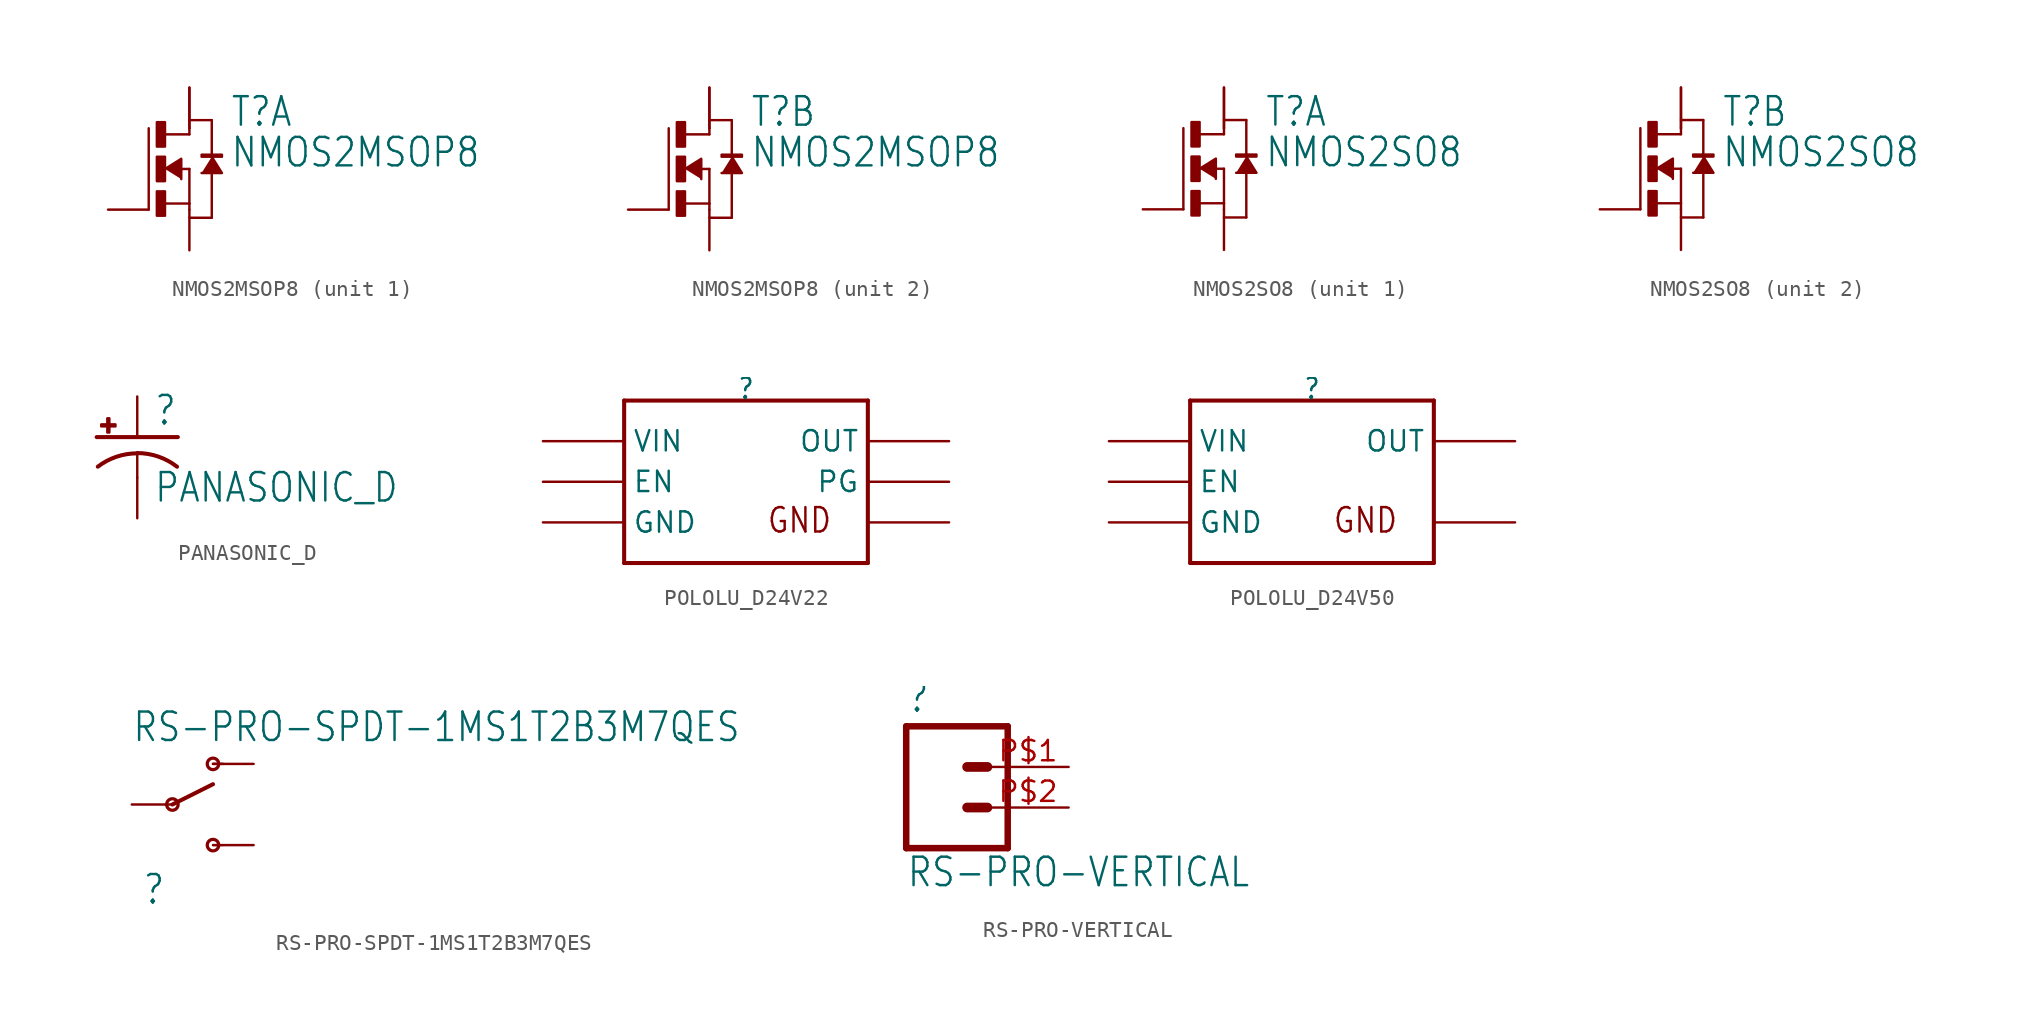
<source format=kicad_sym>
(kicad_symbol_lib
  (version 20220914)
  (generator kicad_symbol_editor)
  (symbol "NMOS2MSOP8"
    (property "Reference" "T"
      (at 2.54 2.54 0)
      (effects (font (size 1.778 1.511)) (justify left bottom)))
    (property "Value" "NMOS2MSOP8"
      (at 2.54 0 0)
      (effects (font (size 1.778 1.511)) (justify left bottom)))
    (property "ki_locked" ""
      (at 0 0 0)
      (effects (font (size 1.27 1.27))))
    (symbol "NMOS2MSOP8_1_0"
      (rectangle (start -2.032 -2.921) (end -1.524 -1.397) (stroke (width 0) (type default)) (fill (type outline)))
      (rectangle (start -2.032 -0.762) (end -1.524 0.762) (stroke (width 0) (type default)) (fill (type outline)))
      (rectangle (start -2.032 1.397) (end -1.524 2.921) (stroke (width 0) (type default)) (fill (type outline)))
      (polyline (pts (xy -2.54 -2.54) (xy -2.54 2.54)) (stroke (width 0.152) (type default)) (fill (type none)))
      (polyline (pts (xy -1.524 -2.159) (xy 0 -2.159)) (stroke (width 0.152) (type default)) (fill (type none)))
      (polyline (pts (xy -1.524 2.159) (xy 0 2.159)) (stroke (width 0.152) (type default)) (fill (type none)))
      (polyline (pts (xy -0.508 0) (xy 0 0)) (stroke (width 0.152) (type default)) (fill (type none)))
      (polyline (pts (xy 0 -2.159) (xy 0 -2.54)) (stroke (width 0.152) (type default)) (fill (type none)))
      (polyline (pts (xy 0 0) (xy 0 -2.159)) (stroke (width 0.152) (type default)) (fill (type none)))
      (polyline (pts (xy 0 2.159) (xy 0 2.54)) (stroke (width 0.152) (type default)) (fill (type none)))
      (polyline (pts (xy 0 3.048) (xy 1.397 3.048)) (stroke (width 0.152) (type default)) (fill (type none)))
      (polyline (pts (xy 1.397 -3.048) (xy 0 -3.048)) (stroke (width 0.152) (type default)) (fill (type none)))
      (polyline (pts (xy 1.397 -0.254) (xy 1.397 -3.048)) (stroke (width 0.152) (type default)) (fill (type none)))
      (polyline (pts (xy 1.397 3.048) (xy 1.397 0.762)) (stroke (width 0.152) (type default)) (fill (type none)))
      (polyline (pts (xy -1.524 0) (xy -0.508 0.635) (xy -0.508 -0.635)) (stroke (width 0) (type default)) (fill (type outline)))
      (polyline (pts (xy 1.397 0.762) (xy 2.032 -0.254) (xy 0.762 -0.254)) (stroke (width 0) (type default)) (fill (type outline)))
      (rectangle (start 0.762 0.762) (end 2.032 0.889) (stroke (width 0) (type default)) (fill (type outline)))
      (pin passive line (at 0 -5.08 90) (length 2.54) (name "S" (effects (font (size 0 0)))) (number "1" (effects (font (size 0 0)))))
      (pin passive line (at -5.08 -2.54 0) (length 2.54) (name "G" (effects (font (size 0 0)))) (number "2" (effects (font (size 0 0)))))
      (pin passive line (at 0 5.08 270) (length 2.54) (name "D" (effects (font (size 0 0)))) (number "7" (effects (font (size 0 0)))))
      (pin passive line (at 0 5.08 270) (length 2.54) (name "D" (effects (font (size 0 0)))) (number "8" (effects (font (size 0 0))))))
    (symbol "NMOS2MSOP8_2_0"
      (rectangle (start -2.032 -2.921) (end -1.524 -1.397) (stroke (width 0) (type default)) (fill (type outline)))
      (rectangle (start -2.032 -0.762) (end -1.524 0.762) (stroke (width 0) (type default)) (fill (type outline)))
      (rectangle (start -2.032 1.397) (end -1.524 2.921) (stroke (width 0) (type default)) (fill (type outline)))
      (polyline (pts (xy -2.54 -2.54) (xy -2.54 2.54)) (stroke (width 0.152) (type default)) (fill (type none)))
      (polyline (pts (xy -1.524 -2.159) (xy 0 -2.159)) (stroke (width 0.152) (type default)) (fill (type none)))
      (polyline (pts (xy -1.524 2.159) (xy 0 2.159)) (stroke (width 0.152) (type default)) (fill (type none)))
      (polyline (pts (xy -0.508 0) (xy 0 0)) (stroke (width 0.152) (type default)) (fill (type none)))
      (polyline (pts (xy 0 -2.159) (xy 0 -2.54)) (stroke (width 0.152) (type default)) (fill (type none)))
      (polyline (pts (xy 0 0) (xy 0 -2.159)) (stroke (width 0.152) (type default)) (fill (type none)))
      (polyline (pts (xy 0 2.159) (xy 0 2.54)) (stroke (width 0.152) (type default)) (fill (type none)))
      (polyline (pts (xy 0 3.048) (xy 1.397 3.048)) (stroke (width 0.152) (type default)) (fill (type none)))
      (polyline (pts (xy 1.397 -3.048) (xy 0 -3.048)) (stroke (width 0.152) (type default)) (fill (type none)))
      (polyline (pts (xy 1.397 -0.254) (xy 1.397 -3.048)) (stroke (width 0.152) (type default)) (fill (type none)))
      (polyline (pts (xy 1.397 3.048) (xy 1.397 0.762)) (stroke (width 0.152) (type default)) (fill (type none)))
      (polyline (pts (xy -1.524 0) (xy -0.508 0.635) (xy -0.508 -0.635)) (stroke (width 0) (type default)) (fill (type outline)))
      (polyline (pts (xy 1.397 0.762) (xy 2.032 -0.254) (xy 0.762 -0.254)) (stroke (width 0) (type default)) (fill (type outline)))
      (rectangle (start 0.762 0.762) (end 2.032 0.889) (stroke (width 0) (type default)) (fill (type outline)))
      (pin passive line (at 0 -5.08 90) (length 2.54) (name "S" (effects (font (size 0 0)))) (number "3" (effects (font (size 0 0)))))
      (pin passive line (at -5.08 -2.54 0) (length 2.54) (name "G" (effects (font (size 0 0)))) (number "4" (effects (font (size 0 0)))))
      (pin passive line (at 0 5.08 270) (length 2.54) (name "D" (effects (font (size 0 0)))) (number "5" (effects (font (size 0 0)))))
      (pin passive line (at 0 5.08 270) (length 2.54) (name "D" (effects (font (size 0 0)))) (number "6" (effects (font (size 0 0)))))))
  (symbol "NMOS2SO8"
    (property "Reference" "T"
      (at 2.54 2.54 0)
      (effects (font (size 1.778 1.511)) (justify left bottom)))
    (property "Value" "NMOS2SO8"
      (at 2.54 0 0)
      (effects (font (size 1.778 1.511)) (justify left bottom)))
    (property "ki_locked" ""
      (at 0 0 0)
      (effects (font (size 1.27 1.27))))
    (symbol "NMOS2SO8_1_0"
      (rectangle (start -2.032 -2.921) (end -1.524 -1.397) (stroke (width 0) (type default)) (fill (type outline)))
      (rectangle (start -2.032 -0.762) (end -1.524 0.762) (stroke (width 0) (type default)) (fill (type outline)))
      (rectangle (start -2.032 1.397) (end -1.524 2.921) (stroke (width 0) (type default)) (fill (type outline)))
      (polyline (pts (xy -2.54 -2.54) (xy -2.54 2.54)) (stroke (width 0.152) (type default)) (fill (type none)))
      (polyline (pts (xy -1.524 -2.159) (xy 0 -2.159)) (stroke (width 0.152) (type default)) (fill (type none)))
      (polyline (pts (xy -1.524 2.159) (xy 0 2.159)) (stroke (width 0.152) (type default)) (fill (type none)))
      (polyline (pts (xy -0.508 0) (xy 0 0)) (stroke (width 0.152) (type default)) (fill (type none)))
      (polyline (pts (xy 0 -2.159) (xy 0 -2.54)) (stroke (width 0.152) (type default)) (fill (type none)))
      (polyline (pts (xy 0 0) (xy 0 -2.159)) (stroke (width 0.152) (type default)) (fill (type none)))
      (polyline (pts (xy 0 2.159) (xy 0 2.54)) (stroke (width 0.152) (type default)) (fill (type none)))
      (polyline (pts (xy 0 3.048) (xy 1.397 3.048)) (stroke (width 0.152) (type default)) (fill (type none)))
      (polyline (pts (xy 1.397 -3.048) (xy 0 -3.048)) (stroke (width 0.152) (type default)) (fill (type none)))
      (polyline (pts (xy 1.397 -0.254) (xy 1.397 -3.048)) (stroke (width 0.152) (type default)) (fill (type none)))
      (polyline (pts (xy 1.397 3.048) (xy 1.397 0.762)) (stroke (width 0.152) (type default)) (fill (type none)))
      (polyline (pts (xy -1.524 0) (xy -0.508 0.635) (xy -0.508 -0.635)) (stroke (width 0) (type default)) (fill (type outline)))
      (polyline (pts (xy 1.397 0.762) (xy 2.032 -0.254) (xy 0.762 -0.254)) (stroke (width 0) (type default)) (fill (type outline)))
      (rectangle (start 0.762 0.762) (end 2.032 0.889) (stroke (width 0) (type default)) (fill (type outline)))
      (pin passive line (at 0 -5.08 90) (length 2.54) (name "S" (effects (font (size 0 0)))) (number "1" (effects (font (size 0 0)))))
      (pin passive line (at -5.08 -2.54 0) (length 2.54) (name "G" (effects (font (size 0 0)))) (number "2" (effects (font (size 0 0)))))
      (pin passive line (at 0 5.08 270) (length 2.54) (name "D" (effects (font (size 0 0)))) (number "7" (effects (font (size 0 0)))))
      (pin passive line (at 0 5.08 270) (length 2.54) (name "D" (effects (font (size 0 0)))) (number "8" (effects (font (size 0 0))))))
    (symbol "NMOS2SO8_2_0"
      (rectangle (start -2.032 -2.921) (end -1.524 -1.397) (stroke (width 0) (type default)) (fill (type outline)))
      (rectangle (start -2.032 -0.762) (end -1.524 0.762) (stroke (width 0) (type default)) (fill (type outline)))
      (rectangle (start -2.032 1.397) (end -1.524 2.921) (stroke (width 0) (type default)) (fill (type outline)))
      (polyline (pts (xy -2.54 -2.54) (xy -2.54 2.54)) (stroke (width 0.152) (type default)) (fill (type none)))
      (polyline (pts (xy -1.524 -2.159) (xy 0 -2.159)) (stroke (width 0.152) (type default)) (fill (type none)))
      (polyline (pts (xy -1.524 2.159) (xy 0 2.159)) (stroke (width 0.152) (type default)) (fill (type none)))
      (polyline (pts (xy -0.508 0) (xy 0 0)) (stroke (width 0.152) (type default)) (fill (type none)))
      (polyline (pts (xy 0 -2.159) (xy 0 -2.54)) (stroke (width 0.152) (type default)) (fill (type none)))
      (polyline (pts (xy 0 0) (xy 0 -2.159)) (stroke (width 0.152) (type default)) (fill (type none)))
      (polyline (pts (xy 0 2.159) (xy 0 2.54)) (stroke (width 0.152) (type default)) (fill (type none)))
      (polyline (pts (xy 0 3.048) (xy 1.397 3.048)) (stroke (width 0.152) (type default)) (fill (type none)))
      (polyline (pts (xy 1.397 -3.048) (xy 0 -3.048)) (stroke (width 0.152) (type default)) (fill (type none)))
      (polyline (pts (xy 1.397 -0.254) (xy 1.397 -3.048)) (stroke (width 0.152) (type default)) (fill (type none)))
      (polyline (pts (xy 1.397 3.048) (xy 1.397 0.762)) (stroke (width 0.152) (type default)) (fill (type none)))
      (polyline (pts (xy -1.524 0) (xy -0.508 0.635) (xy -0.508 -0.635)) (stroke (width 0) (type default)) (fill (type outline)))
      (polyline (pts (xy 1.397 0.762) (xy 2.032 -0.254) (xy 0.762 -0.254)) (stroke (width 0) (type default)) (fill (type outline)))
      (rectangle (start 0.762 0.762) (end 2.032 0.889) (stroke (width 0) (type default)) (fill (type outline)))
      (pin passive line (at 0 -5.08 90) (length 2.54) (name "S" (effects (font (size 0 0)))) (number "3" (effects (font (size 0 0)))))
      (pin passive line (at -5.08 -2.54 0) (length 2.54) (name "G" (effects (font (size 0 0)))) (number "4" (effects (font (size 0 0)))))
      (pin passive line (at 0 5.08 270) (length 2.54) (name "D" (effects (font (size 0 0)))) (number "5" (effects (font (size 0 0)))))
      (pin passive line (at 0 5.08 270) (length 2.54) (name "D" (effects (font (size 0 0)))) (number "6" (effects (font (size 0 0)))))))
  (symbol "PANASONIC_D"
    (property "Reference" ""
      (at 1.016 0.635 0)
      (effects (font (size 1.778 1.511)) (justify left bottom)))
    (property "Value" "PANASONIC_D"
      (at 1.016 -4.191 0)
      (effects (font (size 1.778 1.511)) (justify left bottom)))
    (property "ki_locked" ""
      (at 0 0 0)
      (effects (font (size 1.27 1.27))))
    (symbol "PANASONIC_D_1_0"
      (rectangle (start -2.253 0.668) (end -1.364 0.795) (stroke (width 0) (type default)) (fill (type outline)))
      (rectangle (start -1.872 0.287) (end -1.745 1.176) (stroke (width 0) (type default)) (fill (type outline)))
      (arc (start 0 -1.0161) (mid -1.3021 -1.2302) (end -2.4669 -1.8504) (stroke (width 0.254) (type default)) (fill (type none)))
      (polyline (pts (xy -2.54 0) (xy 2.54 0)) (stroke (width 0.254) (type default)) (fill (type none)))
      (polyline (pts (xy 0 -1.016) (xy 0 -2.54)) (stroke (width 0.152) (type default)) (fill (type none)))
      (arc (start 2.4892 -1.8542) (mid 1.3158 -1.2195) (end 0 -1) (stroke (width 0.254) (type default)) (fill (type none)))
      (pin passive line (at 0 2.54 270) (length 2.54) (name "+" (effects (font (size 0 0)))) (number "+" (effects (font (size 0 0)))))
      (pin passive line (at 0 -5.08 90) (length 2.54) (name "-" (effects (font (size 0 0)))) (number "-" (effects (font (size 0 0)))))))
  (symbol "POLOLU_D24V22"
    (property "Reference" ""
      (at 0 5.08 0)
      (effects (font (size 1.27 1.079)) (justify bottom)))
    (property "ki_locked" ""
      (at 0 0 0)
      (effects (font (size 1.27 1.27))))
    (symbol "POLOLU_D24V22_1_0"
      (polyline (pts (xy -7.62 -5.08) (xy -7.62 5.08)) (stroke (width 0.254) (type default)) (fill (type none)))
      (polyline (pts (xy -7.62 5.08) (xy 7.62 5.08)) (stroke (width 0.254) (type default)) (fill (type none)))
      (polyline (pts (xy 7.62 -5.08) (xy -7.62 -5.08)) (stroke (width 0.254) (type default)) (fill (type none)))
      (polyline (pts (xy 7.62 5.08) (xy 7.62 -5.08)) (stroke (width 0.254) (type default)) (fill (type none)))
      (text "GND" (at 1.27 -3.302 0) (effects (font (size 1.524 1.295)) (justify left bottom)))
      (pin bidirectional line (at -12.7 0 0) (length 5.08) (name "EN" (effects (font (size 1.27 1.27)))) (number "P$EN" (effects (font (size 0 0)))))
      (pin bidirectional line (at -12.7 -2.54 0) (length 5.08) (name "GND" (effects (font (size 1.27 1.27)))) (number "P$GND1" (effects (font (size 0 0)))))
      (pin bidirectional line (at 12.7 -2.54 180) (length 5.08) (name "GND2" (effects (font (size 0 0)))) (number "P$GND2" (effects (font (size 0 0)))))
      (pin bidirectional line (at 12.7 2.54 180) (length 5.08) (name "OUT" (effects (font (size 1.27 1.27)))) (number "P$OUT" (effects (font (size 0 0)))))
      (pin bidirectional line (at 12.7 0 180) (length 5.08) (name "PG" (effects (font (size 1.27 1.27)))) (number "P$PG" (effects (font (size 0 0)))))
      (pin bidirectional line (at -12.7 2.54 0) (length 5.08) (name "VIN" (effects (font (size 1.27 1.27)))) (number "P$VIN" (effects (font (size 0 0)))))))
  (symbol "POLOLU_D24V50"
    (property "Reference" ""
      (at 0 5.08 0)
      (effects (font (size 1.27 1.079)) (justify bottom)))
    (property "ki_locked" ""
      (at 0 0 0)
      (effects (font (size 1.27 1.27))))
    (symbol "POLOLU_D24V50_1_0"
      (polyline (pts (xy -7.62 -5.08) (xy -7.62 5.08)) (stroke (width 0.254) (type default)) (fill (type none)))
      (polyline (pts (xy -7.62 5.08) (xy 7.62 5.08)) (stroke (width 0.254) (type default)) (fill (type none)))
      (polyline (pts (xy 7.62 -5.08) (xy -7.62 -5.08)) (stroke (width 0.254) (type default)) (fill (type none)))
      (polyline (pts (xy 7.62 5.08) (xy 7.62 -5.08)) (stroke (width 0.254) (type default)) (fill (type none)))
      (text "GND" (at 1.27 -3.302 0) (effects (font (size 1.524 1.295)) (justify left bottom)))
      (pin bidirectional line (at -12.7 0 0) (length 5.08) (name "EN" (effects (font (size 1.27 1.27)))) (number "P$EN" (effects (font (size 0 0)))))
      (pin bidirectional line (at -12.7 -2.54 0) (length 5.08) (name "GND" (effects (font (size 1.27 1.27)))) (number "P$GND" (effects (font (size 0 0)))))
      (pin bidirectional line (at 12.7 -2.54 180) (length 5.08) (name "GND2" (effects (font (size 0 0)))) (number "P$GND2" (effects (font (size 0 0)))))
      (pin bidirectional line (at 12.7 2.54 180) (length 5.08) (name "OUT" (effects (font (size 1.27 1.27)))) (number "P$OUT" (effects (font (size 0 0)))))
      (pin bidirectional line (at -12.7 2.54 0) (length 5.08) (name "VIN" (effects (font (size 1.27 1.27)))) (number "P$VIN" (effects (font (size 0 0)))))))
  (symbol "RS-PRO-SPDT-1MS1T2B3M7QES"
    (property "Reference" ""
      (at -1.905 -6.35 0)
      (effects (font (size 1.778 1.511)) (justify left bottom)))
    (property "Value" "RS-PRO-SPDT-1MS1T2B3M7QES"
      (at -2.54 3.81 0)
      (effects (font (size 1.778 1.511)) (justify left bottom)))
    (property "ki_locked" ""
      (at 0 0 0)
      (effects (font (size 1.27 1.27))))
    (symbol "RS-PRO-SPDT-1MS1T2B3M7QES_1_0"
      (polyline (pts (xy 0 0) (xy 2.54 1.27)) (stroke (width 0.254) (type default)) (fill (type none)))
      (polyline (pts (xy 2.54 -2.54) (xy 3.175 -2.54)) (stroke (width 0.127) (type default)) (fill (type none)))
      (polyline (pts (xy 2.54 2.54) (xy 3.175 2.54)) (stroke (width 0.152) (type default)) (fill (type none)))
      (circle (center 0 0) (radius 0.359) (stroke (width 0.203) (type default)) (fill (type none)))
      (circle (center 2.54 -2.54) (radius 0.359) (stroke (width 0.203) (type default)) (fill (type none)))
      (circle (center 2.54 2.54) (radius 0.359) (stroke (width 0.203) (type default)) (fill (type none)))
      (pin passive line (at 5.08 2.54 180) (length 2.54) (name "O1" (effects (font (size 0 0)))) (number "P$1" (effects (font (size 0 0)))))
      (pin passive line (at -2.54 0 0) (length 2.54) (name "P2" (effects (font (size 0 0)))) (number "P$2" (effects (font (size 0 0)))))
      (pin passive line (at 5.08 -2.54 180) (length 2.54) (name "S3" (effects (font (size 0 0)))) (number "P$3" (effects (font (size 0 0)))))))
  (symbol "RS-PRO-VERTICAL"
    (property "Reference" ""
      (at -2.54 5.842 0)
      (effects (font (size 1.778 1.511)) (justify left bottom)))
    (property "Value" "RS-PRO-VERTICAL"
      (at -2.54 -5.08 0)
      (effects (font (size 1.778 1.511)) (justify left bottom)))
    (property "ki_locked" ""
      (at 0 0 0)
      (effects (font (size 1.27 1.27))))
    (symbol "RS-PRO-VERTICAL_1_0"
      (polyline (pts (xy -2.54 5.08) (xy -2.54 -2.54)) (stroke (width 0.406) (type default)) (fill (type none)))
      (polyline (pts (xy -2.54 5.08) (xy 3.81 5.08)) (stroke (width 0.406) (type default)) (fill (type none)))
      (polyline (pts (xy 1.27 0) (xy 2.54 0)) (stroke (width 0.61) (type default)) (fill (type none)))
      (polyline (pts (xy 1.27 2.54) (xy 2.54 2.54)) (stroke (width 0.61) (type default)) (fill (type none)))
      (polyline (pts (xy 3.81 -2.54) (xy -2.54 -2.54)) (stroke (width 0.406) (type default)) (fill (type none)))
      (polyline (pts (xy 3.81 -2.54) (xy 3.81 5.08)) (stroke (width 0.406) (type default)) (fill (type none)))
      (pin passive line (at 7.62 2.54 180) (length 5.08) (name "1" (effects (font (size 0 0)))) (number "P$1" (effects (font (size 1.27 1.27)))))
      (pin passive line (at 7.62 0 180) (length 5.08) (name "2" (effects (font (size 0 0)))) (number "P$2" (effects (font (size 1.27 1.27))))))))
</source>
